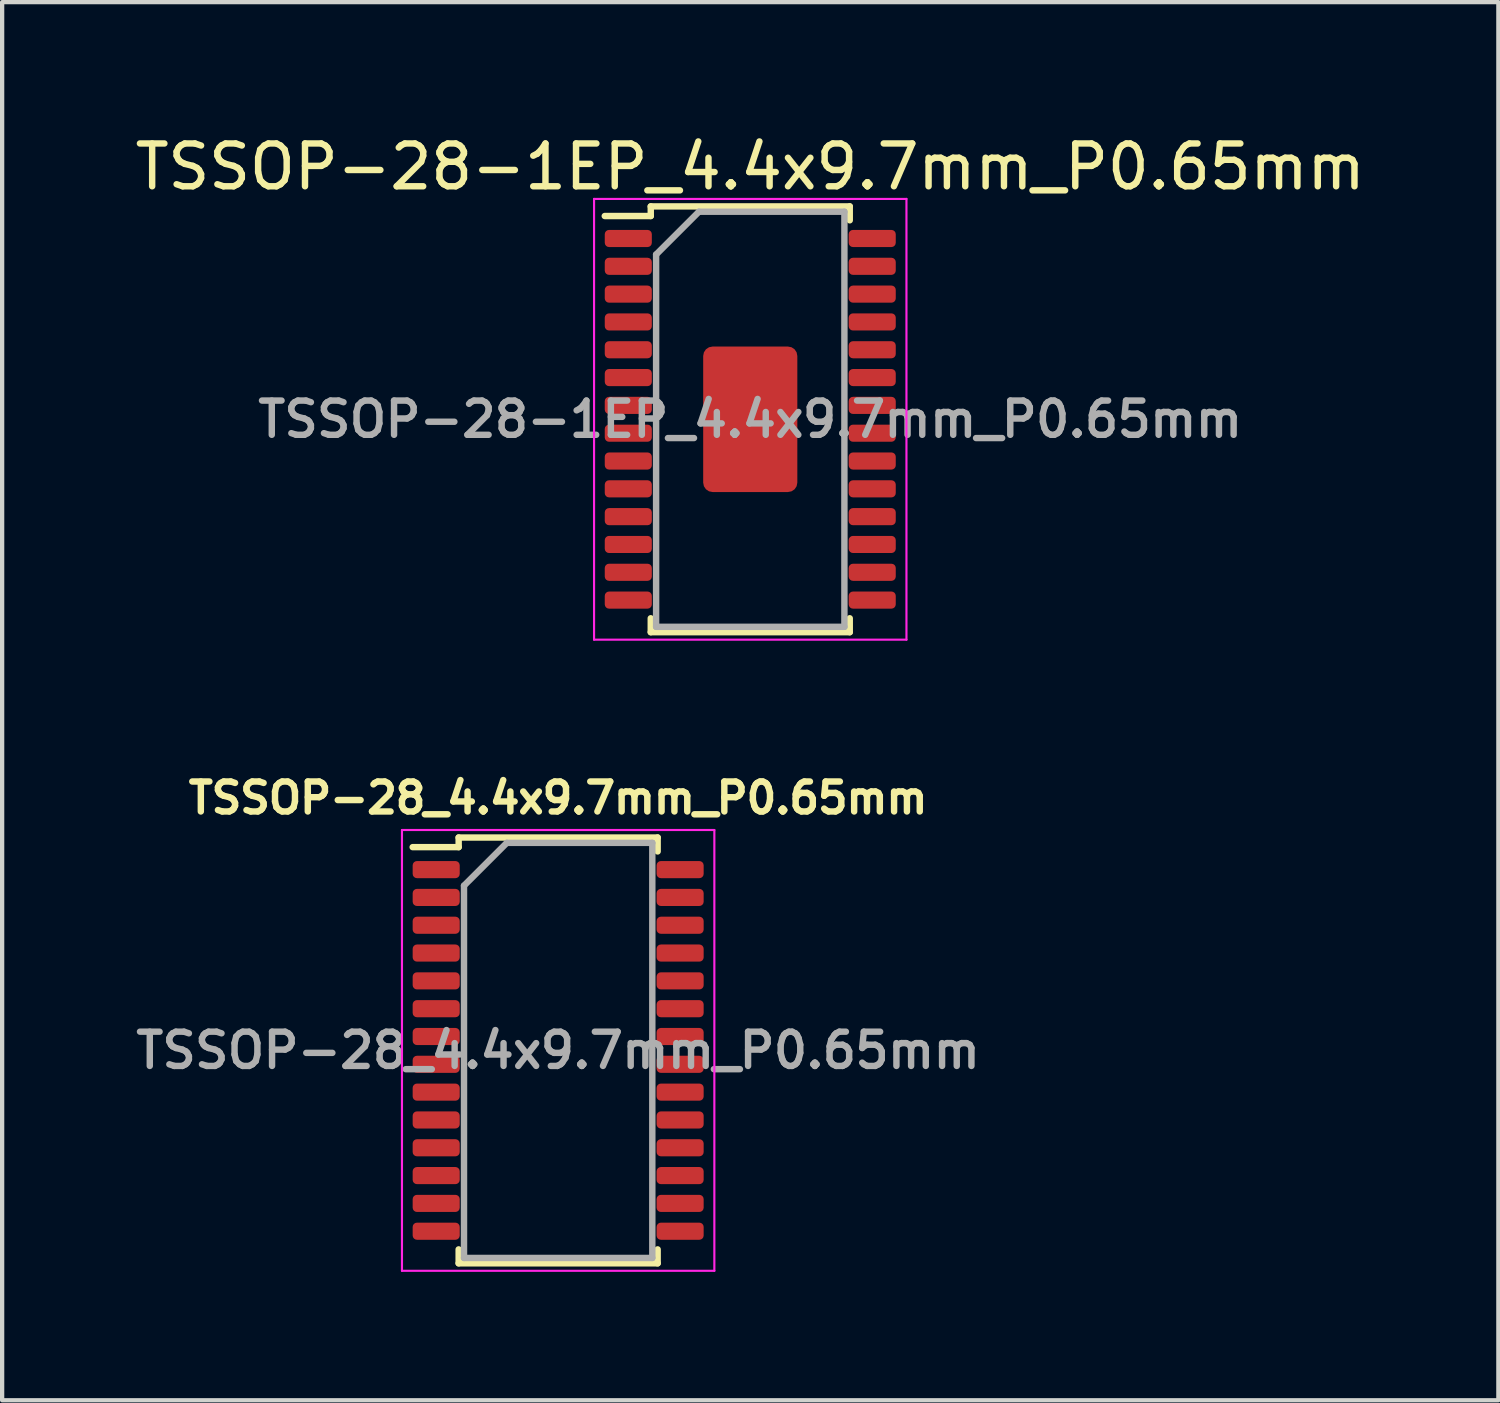
<source format=kicad_pcb>
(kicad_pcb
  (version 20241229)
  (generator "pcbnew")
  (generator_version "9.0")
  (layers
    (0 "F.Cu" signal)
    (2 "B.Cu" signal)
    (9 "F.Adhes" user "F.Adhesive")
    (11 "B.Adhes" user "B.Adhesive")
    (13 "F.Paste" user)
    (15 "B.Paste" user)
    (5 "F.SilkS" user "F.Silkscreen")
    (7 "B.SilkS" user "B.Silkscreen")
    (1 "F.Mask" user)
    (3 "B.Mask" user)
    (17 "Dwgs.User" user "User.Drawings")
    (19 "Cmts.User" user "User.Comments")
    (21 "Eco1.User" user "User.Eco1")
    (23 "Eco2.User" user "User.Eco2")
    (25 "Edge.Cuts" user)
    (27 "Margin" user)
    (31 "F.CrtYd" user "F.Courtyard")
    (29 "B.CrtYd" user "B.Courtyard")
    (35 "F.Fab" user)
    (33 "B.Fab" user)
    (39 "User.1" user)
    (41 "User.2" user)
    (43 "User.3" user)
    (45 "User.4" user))
  (footprint "TSSOP-28-1EP_4.4x9.7mm_P0.65mm"
    (layer "F.Cu")
    (at 14.482 6.748)
    (property "Reference" "TSSOP-28-1EP_4.4x9.7mm_P0.65mm" (at 0 -5.9 0) (layer "F.SilkS") (effects (font (size 1 1) (thickness 0.15))))
    (attr smd)
    (fp_line (start -2.325 -4.975) (end -2.325 -4.75) (stroke (width 0.15) (type solid)) (layer "F.SilkS"))
    (fp_line (start -2.325 -4.975) (end 2.325 -4.975) (stroke (width 0.15) (type solid)) (layer "F.SilkS"))
    (fp_line (start -2.325 -4.75) (end -3.4 -4.75) (stroke (width 0.15) (type solid)) (layer "F.SilkS"))
    (fp_line (start -2.325 4.975) (end -2.325 4.65) (stroke (width 0.15) (type solid)) (layer "F.SilkS"))
    (fp_line (start -2.325 4.975) (end 2.325 4.975) (stroke (width 0.15) (type solid)) (layer "F.SilkS"))
    (fp_line (start 2.325 -4.975) (end 2.325 -4.65) (stroke (width 0.15) (type solid)) (layer "F.SilkS"))
    (fp_line (start 2.325 4.975) (end 2.325 4.65) (stroke (width 0.15) (type solid)) (layer "F.SilkS"))
    (fp_line (start -3.65 -5.15) (end -3.65 5.15) (stroke (width 0.05) (type solid)) (layer "F.CrtYd"))
    (fp_line (start -3.65 -5.15) (end 3.65 -5.15) (stroke (width 0.05) (type solid)) (layer "F.CrtYd"))
    (fp_line (start -3.65 5.15) (end 3.65 5.15) (stroke (width 0.05) (type solid)) (layer "F.CrtYd"))
    (fp_line (start 3.65 -5.15) (end 3.65 5.15) (stroke (width 0.05) (type solid)) (layer "F.CrtYd"))
    (fp_line (start -2.2 -3.85) (end -1.2 -4.85) (stroke (width 0.15) (type solid)) (layer "F.Fab"))
    (fp_line (start -2.2 4.85) (end -2.2 -3.85) (stroke (width 0.15) (type solid)) (layer "F.Fab"))
    (fp_line (start -1.2 -4.85) (end 2.2 -4.85) (stroke (width 0.15) (type solid)) (layer "F.Fab"))
    (fp_line (start 2.2 -4.85) (end 2.2 4.85) (stroke (width 0.15) (type solid)) (layer "F.Fab"))
    (fp_line (start 2.2 4.85) (end -2.2 4.85) (stroke (width 0.15) (type solid)) (layer "F.Fab"))
    (fp_text user "${REFERENCE}" (at 0 0 0) (layer "F.Fab") (effects (font (size 0.8 0.8) (thickness 0.15))))
    (pad "1" smd roundrect (at -2.85 -4.225) (size 1.1 0.4) (layers "F.Cu" "F.Mask" "F.Paste") (roundrect_rratio 0.25))
    (pad "2" smd roundrect (at -2.85 -3.575) (size 1.1 0.4) (layers "F.Cu" "F.Mask" "F.Paste") (roundrect_rratio 0.25))
    (pad "3" smd roundrect (at -2.85 -2.925) (size 1.1 0.4) (layers "F.Cu" "F.Mask" "F.Paste") (roundrect_rratio 0.25))
    (pad "4" smd roundrect (at -2.85 -2.275) (size 1.1 0.4) (layers "F.Cu" "F.Mask" "F.Paste") (roundrect_rratio 0.25))
    (pad "5" smd roundrect (at -2.85 -1.625) (size 1.1 0.4) (layers "F.Cu" "F.Mask" "F.Paste") (roundrect_rratio 0.25))
    (pad "6" smd roundrect (at -2.85 -0.975) (size 1.1 0.4) (layers "F.Cu" "F.Mask" "F.Paste") (roundrect_rratio 0.25))
    (pad "7" smd roundrect (at -2.85 -0.325) (size 1.1 0.4) (layers "F.Cu" "F.Mask" "F.Paste") (roundrect_rratio 0.25))
    (pad "8" smd roundrect (at -2.85 0.325) (size 1.1 0.4) (layers "F.Cu" "F.Mask" "F.Paste") (roundrect_rratio 0.25))
    (pad "9" smd roundrect (at -2.85 0.975) (size 1.1 0.4) (layers "F.Cu" "F.Mask" "F.Paste") (roundrect_rratio 0.25))
    (pad "10" smd roundrect (at -2.85 1.625) (size 1.1 0.4) (layers "F.Cu" "F.Mask" "F.Paste") (roundrect_rratio 0.25))
    (pad "11" smd roundrect (at -2.85 2.275) (size 1.1 0.4) (layers "F.Cu" "F.Mask" "F.Paste") (roundrect_rratio 0.25))
    (pad "12" smd roundrect (at -2.85 2.925) (size 1.1 0.4) (layers "F.Cu" "F.Mask" "F.Paste") (roundrect_rratio 0.25))
    (pad "13" smd roundrect (at -2.85 3.575) (size 1.1 0.4) (layers "F.Cu" "F.Mask" "F.Paste") (roundrect_rratio 0.25))
    (pad "14" smd roundrect (at -2.85 4.225) (size 1.1 0.4) (layers "F.Cu" "F.Mask" "F.Paste") (roundrect_rratio 0.25))
    (pad "15" smd roundrect (at 2.85 4.225) (size 1.1 0.4) (layers "F.Cu" "F.Mask" "F.Paste") (roundrect_rratio 0.25))
    (pad "16" smd roundrect (at 2.85 3.575) (size 1.1 0.4) (layers "F.Cu" "F.Mask" "F.Paste") (roundrect_rratio 0.25))
    (pad "17" smd roundrect (at 2.85 2.925) (size 1.1 0.4) (layers "F.Cu" "F.Mask" "F.Paste") (roundrect_rratio 0.25))
    (pad "18" smd roundrect (at 2.85 2.275) (size 1.1 0.4) (layers "F.Cu" "F.Mask" "F.Paste") (roundrect_rratio 0.25))
    (pad "19" smd roundrect (at 2.85 1.625) (size 1.1 0.4) (layers "F.Cu" "F.Mask" "F.Paste") (roundrect_rratio 0.25))
    (pad "20" smd roundrect (at 2.85 0.975) (size 1.1 0.4) (layers "F.Cu" "F.Mask" "F.Paste") (roundrect_rratio 0.25))
    (pad "21" smd roundrect (at 2.85 0.325) (size 1.1 0.4) (layers "F.Cu" "F.Mask" "F.Paste") (roundrect_rratio 0.25))
    (pad "22" smd roundrect (at 2.85 -0.325) (size 1.1 0.4) (layers "F.Cu" "F.Mask" "F.Paste") (roundrect_rratio 0.25))
    (pad "23" smd roundrect (at 2.85 -0.975) (size 1.1 0.4) (layers "F.Cu" "F.Mask" "F.Paste") (roundrect_rratio 0.25))
    (pad "24" smd roundrect (at 2.85 -1.625) (size 1.1 0.4) (layers "F.Cu" "F.Mask" "F.Paste") (roundrect_rratio 0.25))
    (pad "25" smd roundrect (at 2.85 -2.275) (size 1.1 0.4) (layers "F.Cu" "F.Mask" "F.Paste") (roundrect_rratio 0.25))
    (pad "26" smd roundrect (at 2.85 -2.925) (size 1.1 0.4) (layers "F.Cu" "F.Mask" "F.Paste") (roundrect_rratio 0.25))
    (pad "27" smd roundrect (at 2.85 -3.575) (size 1.1 0.4) (layers "F.Cu" "F.Mask" "F.Paste") (roundrect_rratio 0.25))
    (pad "28" smd roundrect (at 2.85 -4.225) (size 1.1 0.4) (layers "F.Cu" "F.Mask" "F.Paste") (roundrect_rratio 0.25))
    (pad "29" smd roundrect (at -0.7 -1.05 180) (size 0.6 0.6) (layers "F.Cu" "F.Paste") (roundrect_rratio 0.1))
    (pad "29" smd roundrect (at -0.7 -0.35 180) (size 0.6 0.6) (layers "F.Cu" "F.Paste") (roundrect_rratio 0.1))
    (pad "29" smd roundrect (at -0.7 0.35 180) (size 0.6 0.6) (layers "F.Cu" "F.Paste") (roundrect_rratio 0.1))
    (pad "29" smd roundrect (at -0.7 1.05 180) (size 0.6 0.6) (layers "F.Cu" "F.Paste") (roundrect_rratio 0.1))
    (pad "29" smd roundrect (at 0 -1.05 180) (size 0.6 0.6) (layers "F.Cu" "F.Paste") (roundrect_rratio 0.1))
    (pad "29" smd roundrect (at 0 -0.35 180) (size 0.6 0.6) (layers "F.Cu" "F.Paste") (roundrect_rratio 0.1))
    (pad "29" smd roundrect (at 0 0) (size 2.2 3.4) (layers "F.Cu" "F.Mask") (roundrect_rratio 0.1))
    (pad "29" smd roundrect (at 0 0.35 180) (size 0.6 0.6) (layers "F.Cu" "F.Paste") (roundrect_rratio 0.1))
    (pad "29" smd roundrect (at 0 1.05 180) (size 0.6 0.6) (layers "F.Cu" "F.Paste") (roundrect_rratio 0.1))
    (pad "29" smd roundrect (at 0.7 -1.05 180) (size 0.6 0.6) (layers "F.Cu" "F.Paste") (roundrect_rratio 0.1))
    (pad "29" smd roundrect (at 0.7 -0.35 180) (size 0.6 0.6) (layers "F.Cu" "F.Paste") (roundrect_rratio 0.1))
    (pad "29" smd roundrect (at 0.7 0.35 180) (size 0.6 0.6) (layers "F.Cu" "F.Paste") (roundrect_rratio 0.1))
    (pad "29" smd roundrect (at 0.7 1.05 180) (size 0.6 0.6) (layers "F.Cu" "F.Paste") (roundrect_rratio 0.1)))
  (footprint "TSSOP-28_4.4x9.7mm_P0.65mm"
    (layer "F.Cu")
    (at 9.993 21.496)
    (property "Reference" "TSSOP-28_4.4x9.7mm_P0.65mm" (at 0 -5.9 0) (layer "F.SilkS") (effects (font (size 0.7 0.7) (thickness 0.15))))
    (attr smd)
    (fp_line (start -2.325 -4.975) (end -2.325 -4.75) (stroke (width 0.15) (type solid)) (layer "F.SilkS"))
    (fp_line (start -2.325 -4.975) (end 2.325 -4.975) (stroke (width 0.15) (type solid)) (layer "F.SilkS"))
    (fp_line (start -2.325 -4.75) (end -3.4 -4.75) (stroke (width 0.15) (type solid)) (layer "F.SilkS"))
    (fp_line (start -2.325 4.975) (end -2.325 4.65) (stroke (width 0.15) (type solid)) (layer "F.SilkS"))
    (fp_line (start -2.325 4.975) (end 2.325 4.975) (stroke (width 0.15) (type solid)) (layer "F.SilkS"))
    (fp_line (start 2.325 -4.975) (end 2.325 -4.65) (stroke (width 0.15) (type solid)) (layer "F.SilkS"))
    (fp_line (start 2.325 4.975) (end 2.325 4.65) (stroke (width 0.15) (type solid)) (layer "F.SilkS"))
    (fp_line (start -3.65 -5.15) (end -3.65 5.15) (stroke (width 0.05) (type solid)) (layer "F.CrtYd"))
    (fp_line (start -3.65 -5.15) (end 3.65 -5.15) (stroke (width 0.05) (type solid)) (layer "F.CrtYd"))
    (fp_line (start -3.65 5.15) (end 3.65 5.15) (stroke (width 0.05) (type solid)) (layer "F.CrtYd"))
    (fp_line (start 3.65 -5.15) (end 3.65 5.15) (stroke (width 0.05) (type solid)) (layer "F.CrtYd"))
    (fp_line (start -2.2 -3.85) (end -1.2 -4.85) (stroke (width 0.15) (type solid)) (layer "F.Fab"))
    (fp_line (start -2.2 4.85) (end -2.2 -3.85) (stroke (width 0.15) (type solid)) (layer "F.Fab"))
    (fp_line (start -1.2 -4.85) (end 2.2 -4.85) (stroke (width 0.15) (type solid)) (layer "F.Fab"))
    (fp_line (start 2.2 -4.85) (end 2.2 4.85) (stroke (width 0.15) (type solid)) (layer "F.Fab"))
    (fp_line (start 2.2 4.85) (end -2.2 4.85) (stroke (width 0.15) (type solid)) (layer "F.Fab"))
    (fp_text user "${REFERENCE}" (at 0 0 0) (layer "F.Fab") (effects (font (size 0.8 0.8) (thickness 0.15))))
    (pad "1" smd roundrect (at -2.85 -4.225) (size 1.1 0.4) (layers "F.Cu" "F.Mask" "F.Paste") (roundrect_rratio 0.25))
    (pad "2" smd roundrect (at -2.85 -3.575) (size 1.1 0.4) (layers "F.Cu" "F.Mask" "F.Paste") (roundrect_rratio 0.25))
    (pad "3" smd roundrect (at -2.85 -2.925) (size 1.1 0.4) (layers "F.Cu" "F.Mask" "F.Paste") (roundrect_rratio 0.25))
    (pad "4" smd roundrect (at -2.85 -2.275) (size 1.1 0.4) (layers "F.Cu" "F.Mask" "F.Paste") (roundrect_rratio 0.25))
    (pad "5" smd roundrect (at -2.85 -1.625) (size 1.1 0.4) (layers "F.Cu" "F.Mask" "F.Paste") (roundrect_rratio 0.25))
    (pad "6" smd roundrect (at -2.85 -0.975) (size 1.1 0.4) (layers "F.Cu" "F.Mask" "F.Paste") (roundrect_rratio 0.25))
    (pad "7" smd roundrect (at -2.85 -0.325) (size 1.1 0.4) (layers "F.Cu" "F.Mask" "F.Paste") (roundrect_rratio 0.25))
    (pad "8" smd roundrect (at -2.85 0.325) (size 1.1 0.4) (layers "F.Cu" "F.Mask" "F.Paste") (roundrect_rratio 0.25))
    (pad "9" smd roundrect (at -2.85 0.975) (size 1.1 0.4) (layers "F.Cu" "F.Mask" "F.Paste") (roundrect_rratio 0.25))
    (pad "10" smd roundrect (at -2.85 1.625) (size 1.1 0.4) (layers "F.Cu" "F.Mask" "F.Paste") (roundrect_rratio 0.25))
    (pad "11" smd roundrect (at -2.85 2.275) (size 1.1 0.4) (layers "F.Cu" "F.Mask" "F.Paste") (roundrect_rratio 0.25))
    (pad "12" smd roundrect (at -2.85 2.925) (size 1.1 0.4) (layers "F.Cu" "F.Mask" "F.Paste") (roundrect_rratio 0.25))
    (pad "13" smd roundrect (at -2.85 3.575) (size 1.1 0.4) (layers "F.Cu" "F.Mask" "F.Paste") (roundrect_rratio 0.25))
    (pad "14" smd roundrect (at -2.85 4.225) (size 1.1 0.4) (layers "F.Cu" "F.Mask" "F.Paste") (roundrect_rratio 0.25))
    (pad "15" smd roundrect (at 2.85 4.225) (size 1.1 0.4) (layers "F.Cu" "F.Mask" "F.Paste") (roundrect_rratio 0.25))
    (pad "16" smd roundrect (at 2.85 3.575) (size 1.1 0.4) (layers "F.Cu" "F.Mask" "F.Paste") (roundrect_rratio 0.25))
    (pad "17" smd roundrect (at 2.85 2.925) (size 1.1 0.4) (layers "F.Cu" "F.Mask" "F.Paste") (roundrect_rratio 0.25))
    (pad "18" smd roundrect (at 2.85 2.275) (size 1.1 0.4) (layers "F.Cu" "F.Mask" "F.Paste") (roundrect_rratio 0.25))
    (pad "19" smd roundrect (at 2.85 1.625) (size 1.1 0.4) (layers "F.Cu" "F.Mask" "F.Paste") (roundrect_rratio 0.25))
    (pad "20" smd roundrect (at 2.85 0.975) (size 1.1 0.4) (layers "F.Cu" "F.Mask" "F.Paste") (roundrect_rratio 0.25))
    (pad "21" smd roundrect (at 2.85 0.325) (size 1.1 0.4) (layers "F.Cu" "F.Mask" "F.Paste") (roundrect_rratio 0.25))
    (pad "22" smd roundrect (at 2.85 -0.325) (size 1.1 0.4) (layers "F.Cu" "F.Mask" "F.Paste") (roundrect_rratio 0.25))
    (pad "23" smd roundrect (at 2.85 -0.975) (size 1.1 0.4) (layers "F.Cu" "F.Mask" "F.Paste") (roundrect_rratio 0.25))
    (pad "24" smd roundrect (at 2.85 -1.625) (size 1.1 0.4) (layers "F.Cu" "F.Mask" "F.Paste") (roundrect_rratio 0.25))
    (pad "25" smd roundrect (at 2.85 -2.275) (size 1.1 0.4) (layers "F.Cu" "F.Mask" "F.Paste") (roundrect_rratio 0.25))
    (pad "26" smd roundrect (at 2.85 -2.925) (size 1.1 0.4) (layers "F.Cu" "F.Mask" "F.Paste") (roundrect_rratio 0.25))
    (pad "27" smd roundrect (at 2.85 -3.575) (size 1.1 0.4) (layers "F.Cu" "F.Mask" "F.Paste") (roundrect_rratio 0.25))
    (pad "28" smd roundrect (at 2.85 -4.225) (size 1.1 0.4) (layers "F.Cu" "F.Mask" "F.Paste") (roundrect_rratio 0.25)))
  (gr_rect
    (start -3 -3)
    (end 31.964 29.671)
    (stroke (width 0.1) (type default))
    (fill no)
    (layer "Edge.Cuts")))
</source>
